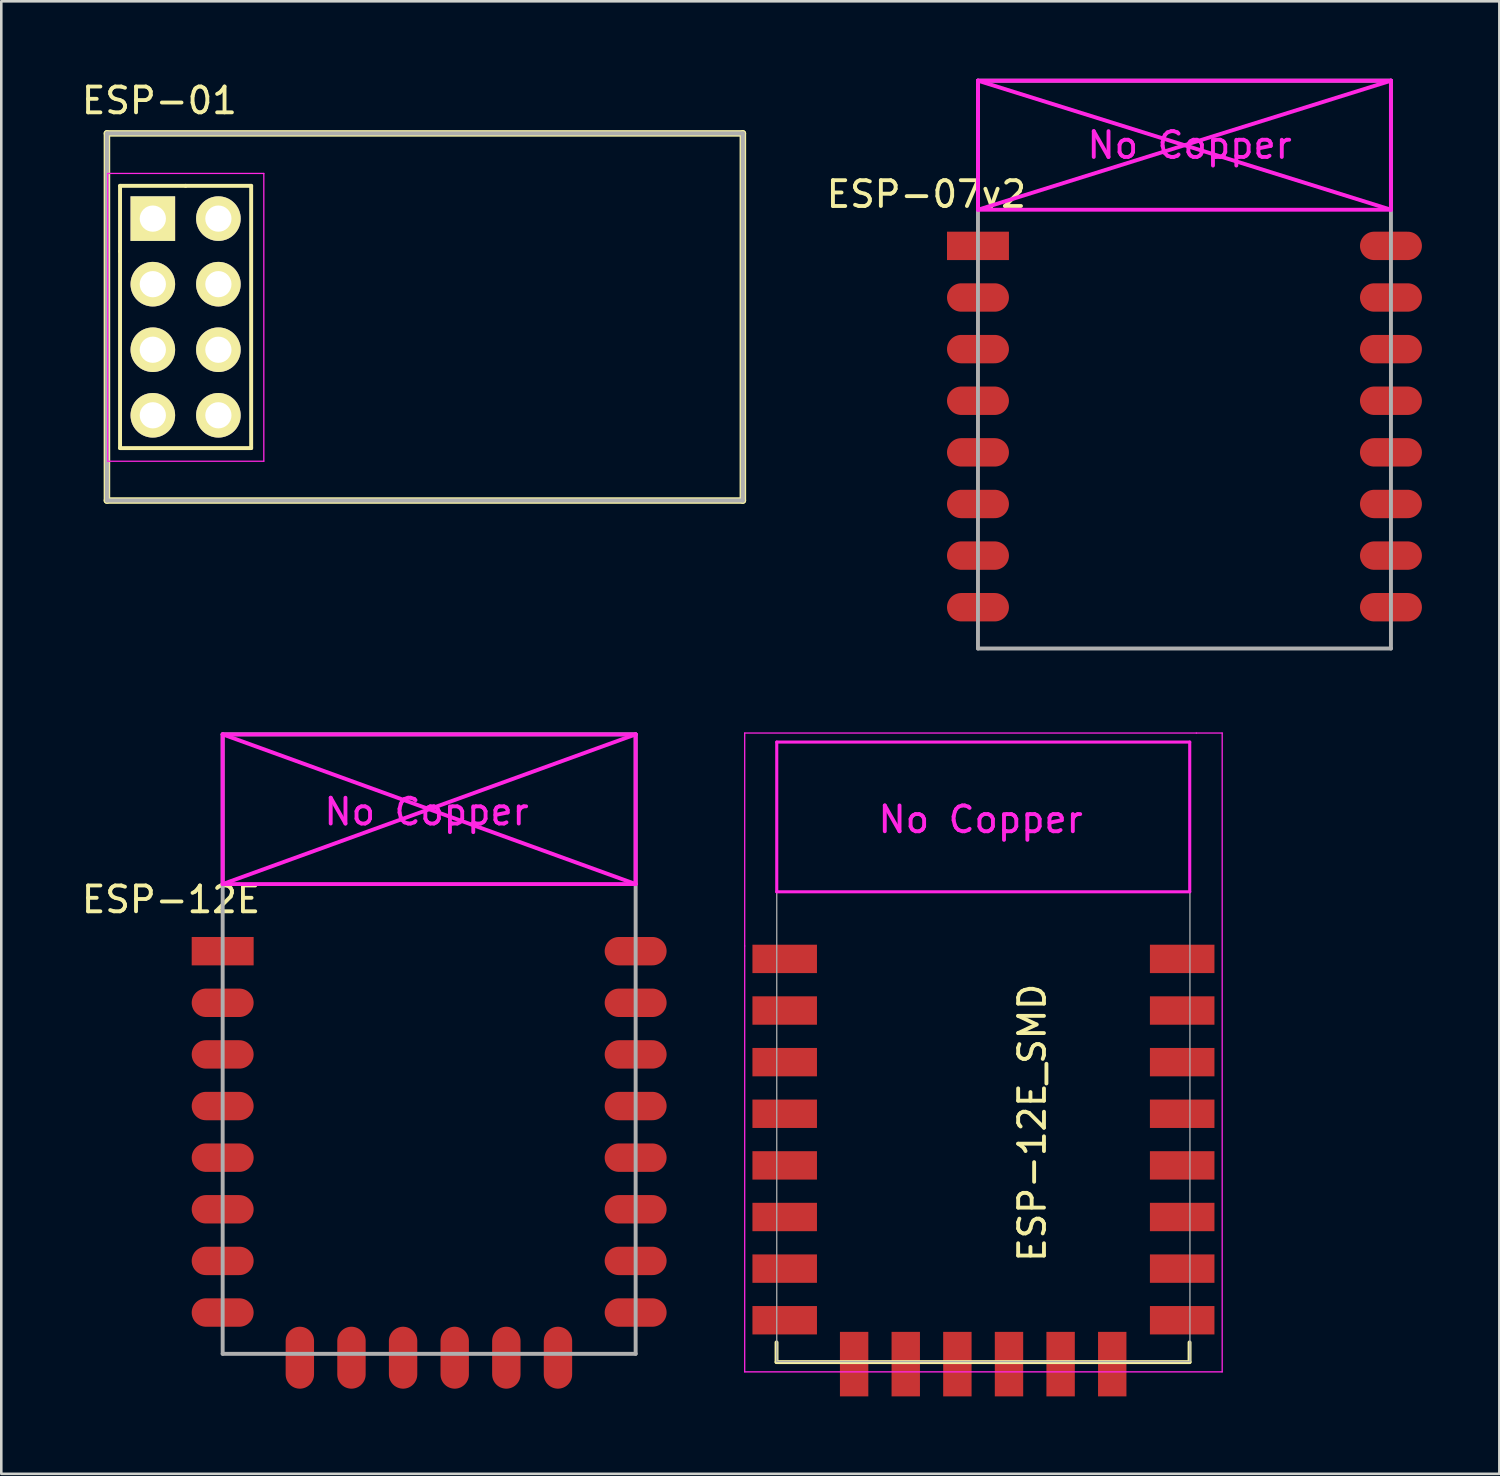
<source format=kicad_pcb>
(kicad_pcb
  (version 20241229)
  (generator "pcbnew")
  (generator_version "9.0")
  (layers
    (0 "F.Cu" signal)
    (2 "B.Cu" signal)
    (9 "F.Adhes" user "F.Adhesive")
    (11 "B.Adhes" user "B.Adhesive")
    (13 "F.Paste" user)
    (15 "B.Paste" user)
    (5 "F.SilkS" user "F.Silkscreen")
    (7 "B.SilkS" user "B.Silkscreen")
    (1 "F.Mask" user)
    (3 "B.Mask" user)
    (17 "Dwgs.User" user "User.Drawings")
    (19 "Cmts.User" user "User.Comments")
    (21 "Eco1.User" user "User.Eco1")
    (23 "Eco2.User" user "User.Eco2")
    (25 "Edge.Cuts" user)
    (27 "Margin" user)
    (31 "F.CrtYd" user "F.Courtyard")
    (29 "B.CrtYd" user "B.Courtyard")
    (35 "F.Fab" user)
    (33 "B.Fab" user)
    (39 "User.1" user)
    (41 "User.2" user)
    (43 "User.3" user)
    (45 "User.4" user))
  (footprint "ESP-07v2"
    (layer "F.Cu")
    (at 34.84 22.076)
    (property "Reference" "ESP-07v2" (at -2 -17.6 0) (layer "F.SilkS") (effects (font (size 1 1) (thickness 0.15))))
    (attr through_hole)
    (fp_line (start 0 -22) (end 0 -17) (stroke (width 0.152) (type solid)) (layer "F.CrtYd"))
    (fp_line (start 0 -22) (end 16 -17) (stroke (width 0.152) (type solid)) (layer "F.CrtYd"))
    (fp_line (start 0 -17) (end 16 -17) (stroke (width 0.152) (type solid)) (layer "F.CrtYd"))
    (fp_line (start 16 -22) (end 0 -22) (stroke (width 0.152) (type solid)) (layer "F.CrtYd"))
    (fp_line (start 16 -22) (end 0 -17) (stroke (width 0.152) (type solid)) (layer "F.CrtYd"))
    (fp_line (start 16 -17) (end 16 -22) (stroke (width 0.152) (type solid)) (layer "F.CrtYd"))
    (fp_line (start 0 -22) (end 16 -22) (stroke (width 0.152) (type solid)) (layer "F.Fab"))
    (fp_line (start 0 0) (end 0 -22) (stroke (width 0.152) (type solid)) (layer "F.Fab"))
    (fp_line (start 16 -22) (end 16 0) (stroke (width 0.152) (type solid)) (layer "F.Fab"))
    (fp_line (start 16 0) (end 0 0) (stroke (width 0.152) (type solid)) (layer "F.Fab"))
    (fp_text user "No Copper" (at 8.2 -19.5 0) (layer "F.CrtYd") (effects (font (size 1 1) (thickness 0.15))))
    (pad "1" smd rect (at 0 -15.6) (size 2.4 1.1) (layers "F.Cu" "F.Mask" "F.Paste"))
    (pad "2" smd oval (at 0 -13.6) (size 2.4 1.1) (layers "F.Cu" "F.Mask" "F.Paste"))
    (pad "3" smd oval (at 0 -11.6) (size 2.4 1.1) (layers "F.Cu" "F.Mask" "F.Paste"))
    (pad "4" smd oval (at 0 -9.6) (size 2.4 1.1) (layers "F.Cu" "F.Mask" "F.Paste"))
    (pad "5" smd oval (at 0 -7.6) (size 2.4 1.1) (layers "F.Cu" "F.Mask" "F.Paste"))
    (pad "6" smd oval (at 0 -5.6) (size 2.4 1.1) (layers "F.Cu" "F.Mask" "F.Paste"))
    (pad "7" smd oval (at 0 -3.6) (size 2.4 1.1) (layers "F.Cu" "F.Mask" "F.Paste"))
    (pad "8" smd oval (at 0 -1.6) (size 2.4 1.1) (layers "F.Cu" "F.Mask" "F.Paste"))
    (pad "9" smd oval (at 16 -1.6) (size 2.4 1.1) (layers "F.Cu" "F.Mask" "F.Paste"))
    (pad "10" smd oval (at 16 -3.6) (size 2.4 1.1) (layers "F.Cu" "F.Mask" "F.Paste"))
    (pad "11" smd oval (at 16 -5.6) (size 2.4 1.1) (layers "F.Cu" "F.Mask" "F.Paste"))
    (pad "12" smd oval (at 16 -7.6) (size 2.4 1.1) (layers "F.Cu" "F.Mask" "F.Paste"))
    (pad "13" smd oval (at 16 -9.6) (size 2.4 1.1) (layers "F.Cu" "F.Mask" "F.Paste"))
    (pad "14" smd oval (at 16 -11.6) (size 2.4 1.1) (layers "F.Cu" "F.Mask" "F.Paste"))
    (pad "15" smd oval (at 16 -13.6) (size 2.4 1.1) (layers "F.Cu" "F.Mask" "F.Paste"))
    (pad "16" smd oval (at 16 -15.6) (size 2.4 1.1) (layers "F.Cu" "F.Mask" "F.Paste")))
  (footprint "ESP-12E_SMD"
    (layer "F.Cu")
    (at 28.052 34.101)
    (property "Reference" "ESP-12E_SMD" (at 8.89 6.35 90) (layer "F.SilkS") (effects (font (size 1 1) (thickness 0.15))))
    (attr through_hole)
    (fp_line (start -1.016 14.859) (end -1.016 15.621) (stroke (width 0.152) (type solid)) (layer "F.SilkS"))
    (fp_line (start -1.016 15.621) (end 14.986 15.621) (stroke (width 0.152) (type solid)) (layer "F.SilkS"))
    (fp_line (start 14.986 15.621) (end 14.986 14.859) (stroke (width 0.152) (type solid)) (layer "F.SilkS"))
    (fp_line (start -2.25 -8.75) (end 15.25 -8.75) (stroke (width 0.05) (type solid)) (layer "F.CrtYd"))
    (fp_line (start -2.25 -0.5) (end -2.25 -8.75) (stroke (width 0.05) (type solid)) (layer "F.CrtYd"))
    (fp_line (start -2.25 16) (end -2.25 -0.5) (stroke (width 0.05) (type solid)) (layer "F.CrtYd"))
    (fp_line (start -1.008 -8.4) (end -1.008 -2.6) (stroke (width 0.12) (type solid)) (layer "F.CrtYd"))
    (fp_line (start -1.008 -8.4) (end 14.992 -8.4) (stroke (width 0.12) (type solid)) (layer "F.CrtYd"))
    (fp_line (start -1.008 -2.6) (end 14.992 -2.6) (stroke (width 0.12) (type solid)) (layer "F.CrtYd"))
    (fp_line (start 14.992 -8.4) (end 14.992 -2.6) (stroke (width 0.12) (type solid)) (layer "F.CrtYd"))
    (fp_line (start 15.25 -8.75) (end 16.25 -8.75) (stroke (width 0.05) (type solid)) (layer "F.CrtYd"))
    (fp_line (start 16.25 -8.75) (end 16.25 16) (stroke (width 0.05) (type solid)) (layer "F.CrtYd"))
    (fp_line (start 16.25 16) (end -2.25 16) (stroke (width 0.05) (type solid)) (layer "F.CrtYd"))
    (fp_line (start -1.008 -8.4) (end 14.992 -8.4) (stroke (width 0.05) (type solid)) (layer "F.Fab"))
    (fp_line (start -1.008 15.6) (end -1.008 -8.4) (stroke (width 0.05) (type solid)) (layer "F.Fab"))
    (fp_line (start 14.992 15.6) (end -1.008 15.6) (stroke (width 0.05) (type solid)) (layer "F.Fab"))
    (fp_line (start 15 -8.4) (end 15 15.6) (stroke (width 0.05) (type solid)) (layer "F.Fab"))
    (fp_text user "No Copper" (at 6.892 -5.4 0) (layer "F.CrtYd") (effects (font (size 1 1) (thickness 0.15))))
    (pad "1" smd rect (at 0 0) (size 2.5 1.1) (drill (offset -0.7 0)) (layers "F.Cu" "F.Mask" "F.Paste"))
    (pad "2" smd rect (at 0 2) (size 2.5 1.1) (drill (offset -0.7 0)) (layers "F.Cu" "F.Mask" "F.Paste"))
    (pad "3" smd rect (at 0 4) (size 2.5 1.1) (drill (offset -0.7 0)) (layers "F.Cu" "F.Mask" "F.Paste"))
    (pad "4" smd rect (at 0 6) (size 2.5 1.1) (drill (offset -0.7 0)) (layers "F.Cu" "F.Mask" "F.Paste"))
    (pad "5" smd rect (at 0 8) (size 2.5 1.1) (drill (offset -0.7 0)) (layers "F.Cu" "F.Mask" "F.Paste"))
    (pad "6" smd rect (at 0 10) (size 2.5 1.1) (drill (offset -0.7 0)) (layers "F.Cu" "F.Mask" "F.Paste"))
    (pad "7" smd rect (at 0 12) (size 2.5 1.1) (drill (offset -0.7 0)) (layers "F.Cu" "F.Mask" "F.Paste"))
    (pad "8" smd rect (at 0 14) (size 2.5 1.1) (drill (offset -0.7 0)) (layers "F.Cu" "F.Mask" "F.Paste"))
    (pad "9" smd rect (at 14 14) (size 2.5 1.1) (drill (offset 0.7 0)) (layers "F.Cu" "F.Mask" "F.Paste"))
    (pad "10" smd rect (at 14 12) (size 2.5 1.1) (drill (offset 0.7 0)) (layers "F.Cu" "F.Mask" "F.Paste"))
    (pad "11" smd rect (at 14 10) (size 2.5 1.1) (drill (offset 0.7 0)) (layers "F.Cu" "F.Mask" "F.Paste"))
    (pad "12" smd rect (at 14 8) (size 2.5 1.1) (drill (offset 0.7 0)) (layers "F.Cu" "F.Mask" "F.Paste"))
    (pad "13" smd rect (at 14 6) (size 2.5 1.1) (drill (offset 0.7 0)) (layers "F.Cu" "F.Mask" "F.Paste"))
    (pad "14" smd rect (at 14 4) (size 2.5 1.1) (drill (offset 0.7 0)) (layers "F.Cu" "F.Mask" "F.Paste"))
    (pad "15" smd rect (at 14 2) (size 2.5 1.1) (drill (offset 0.7 0)) (layers "F.Cu" "F.Mask" "F.Paste"))
    (pad "16" smd rect (at 14 0) (size 2.5 1.1) (drill (offset 0.7 0)) (layers "F.Cu" "F.Mask" "F.Paste"))
    (pad "17" smd rect (at 1.99 15 90) (size 2.5 1.1) (drill (offset -0.7 0)) (layers "F.Cu" "F.Mask" "F.Paste"))
    (pad "18" smd rect (at 3.99 15 90) (size 2.5 1.1) (drill (offset -0.7 0)) (layers "F.Cu" "F.Mask" "F.Paste"))
    (pad "19" smd rect (at 5.99 15 90) (size 2.5 1.1) (drill (offset -0.7 0)) (layers "F.Cu" "F.Mask" "F.Paste"))
    (pad "20" smd rect (at 7.99 15 90) (size 2.5 1.1) (drill (offset -0.7 0)) (layers "F.Cu" "F.Mask" "F.Paste"))
    (pad "21" smd rect (at 9.99 15 90) (size 2.5 1.1) (drill (offset -0.7 0)) (layers "F.Cu" "F.Mask" "F.Paste"))
    (pad "22" smd rect (at 11.99 15 90) (size 2.5 1.1) (drill (offset -0.7 0)) (layers "F.Cu" "F.Mask" "F.Paste")))
  (footprint "ESP-01"
    (layer "F.Cu")
    (at 2.871 5.42)
    (property "Reference" "ESP-01" (at 0.254 -4.572 0) (layer "F.SilkS") (effects (font (size 1 1) (thickness 0.15))))
    (attr through_hole)
    (fp_line (start -1.778 -3.302) (end 22.86 -3.302) (stroke (width 0.254) (type solid)) (layer "F.SilkS"))
    (fp_line (start -1.778 10.922) (end -1.778 -3.302) (stroke (width 0.254) (type solid)) (layer "F.SilkS"))
    (fp_line (start -1.27 -1.27) (end -1.27 1.27) (stroke (width 0.152) (type solid)) (layer "F.SilkS"))
    (fp_line (start -1.27 1.27) (end -1.27 8.89) (stroke (width 0.152) (type solid)) (layer "F.SilkS"))
    (fp_line (start -1.27 8.89) (end 3.81 8.89) (stroke (width 0.152) (type solid)) (layer "F.SilkS"))
    (fp_line (start 1.27 -1.27) (end -1.27 -1.27) (stroke (width 0.152) (type solid)) (layer "F.SilkS"))
    (fp_line (start 3.81 -1.27) (end 1.27 -1.27) (stroke (width 0.152) (type solid)) (layer "F.SilkS"))
    (fp_line (start 3.81 8.89) (end 3.81 -1.27) (stroke (width 0.152) (type solid)) (layer "F.SilkS"))
    (fp_line (start 22.86 -3.302) (end 22.86 10.922) (stroke (width 0.254) (type solid)) (layer "F.SilkS"))
    (fp_line (start 22.86 10.922) (end -1.778 10.922) (stroke (width 0.254) (type solid)) (layer "F.SilkS"))
    (fp_line (start -1.75 -1.75) (end -1.75 9.4) (stroke (width 0.05) (type solid)) (layer "F.CrtYd"))
    (fp_line (start -1.75 -1.75) (end 4.3 -1.75) (stroke (width 0.05) (type solid)) (layer "F.CrtYd"))
    (fp_line (start -1.75 9.4) (end 4.3 9.4) (stroke (width 0.05) (type solid)) (layer "F.CrtYd"))
    (fp_line (start 4.3 -1.75) (end 4.3 9.4) (stroke (width 0.05) (type solid)) (layer "F.CrtYd"))
    (fp_line (start -1.778 -3.302) (end 22.86 -3.302) (stroke (width 0.152) (type solid)) (layer "F.Fab"))
    (fp_line (start -1.778 10.922) (end -1.778 -3.302) (stroke (width 0.152) (type solid)) (layer "F.Fab"))
    (fp_line (start 22.86 -3.302) (end 22.86 10.922) (stroke (width 0.152) (type solid)) (layer "F.Fab"))
    (fp_line (start 22.86 10.922) (end -1.778 10.922) (stroke (width 0.152) (type solid)) (layer "F.Fab"))
    (pad "1" thru_hole rect (at 0 0) (size 1.727 1.727) (drill 1.016) (layers "*.Cu" "*.Mask" "F.SilkS"))
    (pad "2" thru_hole oval (at 2.54 0) (size 1.727 1.727) (drill 1.016) (layers "*.Cu" "*.Mask" "F.SilkS"))
    (pad "3" thru_hole oval (at 0 2.54) (size 1.727 1.727) (drill 1.016) (layers "*.Cu" "*.Mask" "F.SilkS"))
    (pad "4" thru_hole oval (at 2.54 2.54) (size 1.727 1.727) (drill 1.016) (layers "*.Cu" "*.Mask" "F.SilkS"))
    (pad "5" thru_hole oval (at 0 5.08) (size 1.727 1.727) (drill 1.016) (layers "*.Cu" "*.Mask" "F.SilkS"))
    (pad "6" thru_hole oval (at 2.54 5.08) (size 1.727 1.727) (drill 1.016) (layers "*.Cu" "*.Mask" "F.SilkS"))
    (pad "7" thru_hole oval (at 0 7.62) (size 1.727 1.727) (drill 1.016) (layers "*.Cu" "*.Mask" "F.SilkS"))
    (pad "8" thru_hole oval (at 2.54 7.62) (size 1.727 1.727) (drill 1.016) (layers "*.Cu" "*.Mask" "F.SilkS")))
  (footprint "ESP-12E"
    (layer "F.Cu")
    (at 5.577 33.802)
    (property "Reference" "ESP-12E" (at -2 -2 0) (layer "F.SilkS") (effects (font (size 1 1) (thickness 0.15))))
    (attr through_hole)
    (fp_line (start 0 -8.4) (end 0 -2.6) (stroke (width 0.152) (type solid)) (layer "F.CrtYd"))
    (fp_line (start 0 -8.4) (end 16 -2.6) (stroke (width 0.152) (type solid)) (layer "F.CrtYd"))
    (fp_line (start 0 -2.6) (end 16 -2.6) (stroke (width 0.152) (type solid)) (layer "F.CrtYd"))
    (fp_line (start 16 -8.4) (end 0 -8.4) (stroke (width 0.152) (type solid)) (layer "F.CrtYd"))
    (fp_line (start 16 -8.4) (end 0 -2.6) (stroke (width 0.152) (type solid)) (layer "F.CrtYd"))
    (fp_line (start 16 -2.6) (end 16 -8.4) (stroke (width 0.152) (type solid)) (layer "F.CrtYd"))
    (fp_line (start 0 -8.4) (end 16 -8.4) (stroke (width 0.152) (type solid)) (layer "F.Fab"))
    (fp_line (start 0 15.6) (end 0 -8.4) (stroke (width 0.152) (type solid)) (layer "F.Fab"))
    (fp_line (start 16 -8.4) (end 16 15.6) (stroke (width 0.152) (type solid)) (layer "F.Fab"))
    (fp_line (start 16 15.6) (end 0 15.6) (stroke (width 0.152) (type solid)) (layer "F.Fab"))
    (fp_text user "No Copper" (at 7.9 -5.4 0) (layer "F.CrtYd") (effects (font (size 1 1) (thickness 0.15))))
    (pad "1" smd rect (at 0 0) (size 2.4 1.1) (layers "F.Cu" "F.Mask" "F.Paste"))
    (pad "2" smd oval (at 0 2) (size 2.4 1.1) (layers "F.Cu" "F.Mask" "F.Paste"))
    (pad "3" smd oval (at 0 4) (size 2.4 1.1) (layers "F.Cu" "F.Mask" "F.Paste"))
    (pad "4" smd oval (at 0 6) (size 2.4 1.1) (layers "F.Cu" "F.Mask" "F.Paste"))
    (pad "5" smd oval (at 0 8) (size 2.4 1.1) (layers "F.Cu" "F.Mask" "F.Paste"))
    (pad "6" smd oval (at 0 10) (size 2.4 1.1) (layers "F.Cu" "F.Mask" "F.Paste"))
    (pad "7" smd oval (at 0 12) (size 2.4 1.1) (layers "F.Cu" "F.Mask" "F.Paste"))
    (pad "8" smd oval (at 0 14) (size 2.4 1.1) (layers "F.Cu" "F.Mask" "F.Paste"))
    (pad "9" smd oval (at 12.99 15.75 90) (size 2.4 1.1) (layers "F.Cu" "F.Mask" "F.Paste"))
    (pad "9" smd oval (at 16 14) (size 2.4 1.1) (layers "F.Cu" "F.Mask" "F.Paste"))
    (pad "10" smd oval (at 10.99 15.75 90) (size 2.4 1.1) (layers "F.Cu" "F.Mask" "F.Paste"))
    (pad "10" smd oval (at 16 12) (size 2.4 1.1) (layers "F.Cu" "F.Mask" "F.Paste"))
    (pad "11" smd oval (at 8.99 15.75 90) (size 2.4 1.1) (layers "F.Cu" "F.Mask" "F.Paste"))
    (pad "11" smd oval (at 16 10) (size 2.4 1.1) (layers "F.Cu" "F.Mask" "F.Paste"))
    (pad "12" smd oval (at 6.99 15.75 90) (size 2.4 1.1) (layers "F.Cu" "F.Mask" "F.Paste"))
    (pad "12" smd oval (at 16 8) (size 2.4 1.1) (layers "F.Cu" "F.Mask" "F.Paste"))
    (pad "13" smd oval (at 4.99 15.75 90) (size 2.4 1.1) (layers "F.Cu" "F.Mask" "F.Paste"))
    (pad "13" smd oval (at 16 6) (size 2.4 1.1) (layers "F.Cu" "F.Mask" "F.Paste"))
    (pad "14" smd oval (at 2.99 15.75 90) (size 2.4 1.1) (layers "F.Cu" "F.Mask" "F.Paste"))
    (pad "14" smd oval (at 16 4) (size 2.4 1.1) (layers "F.Cu" "F.Mask" "F.Paste"))
    (pad "15" smd oval (at 16 2) (size 2.4 1.1) (layers "F.Cu" "F.Mask" "F.Paste"))
    (pad "16" smd oval (at 16 0) (size 2.4 1.1) (layers "F.Cu" "F.Mask" "F.Paste")))
  (gr_rect
    (start -3 -3)
    (end 55.04 54.051)
    (stroke (width 0.1) (type default))
    (fill no)
    (layer "Edge.Cuts")))
</source>
